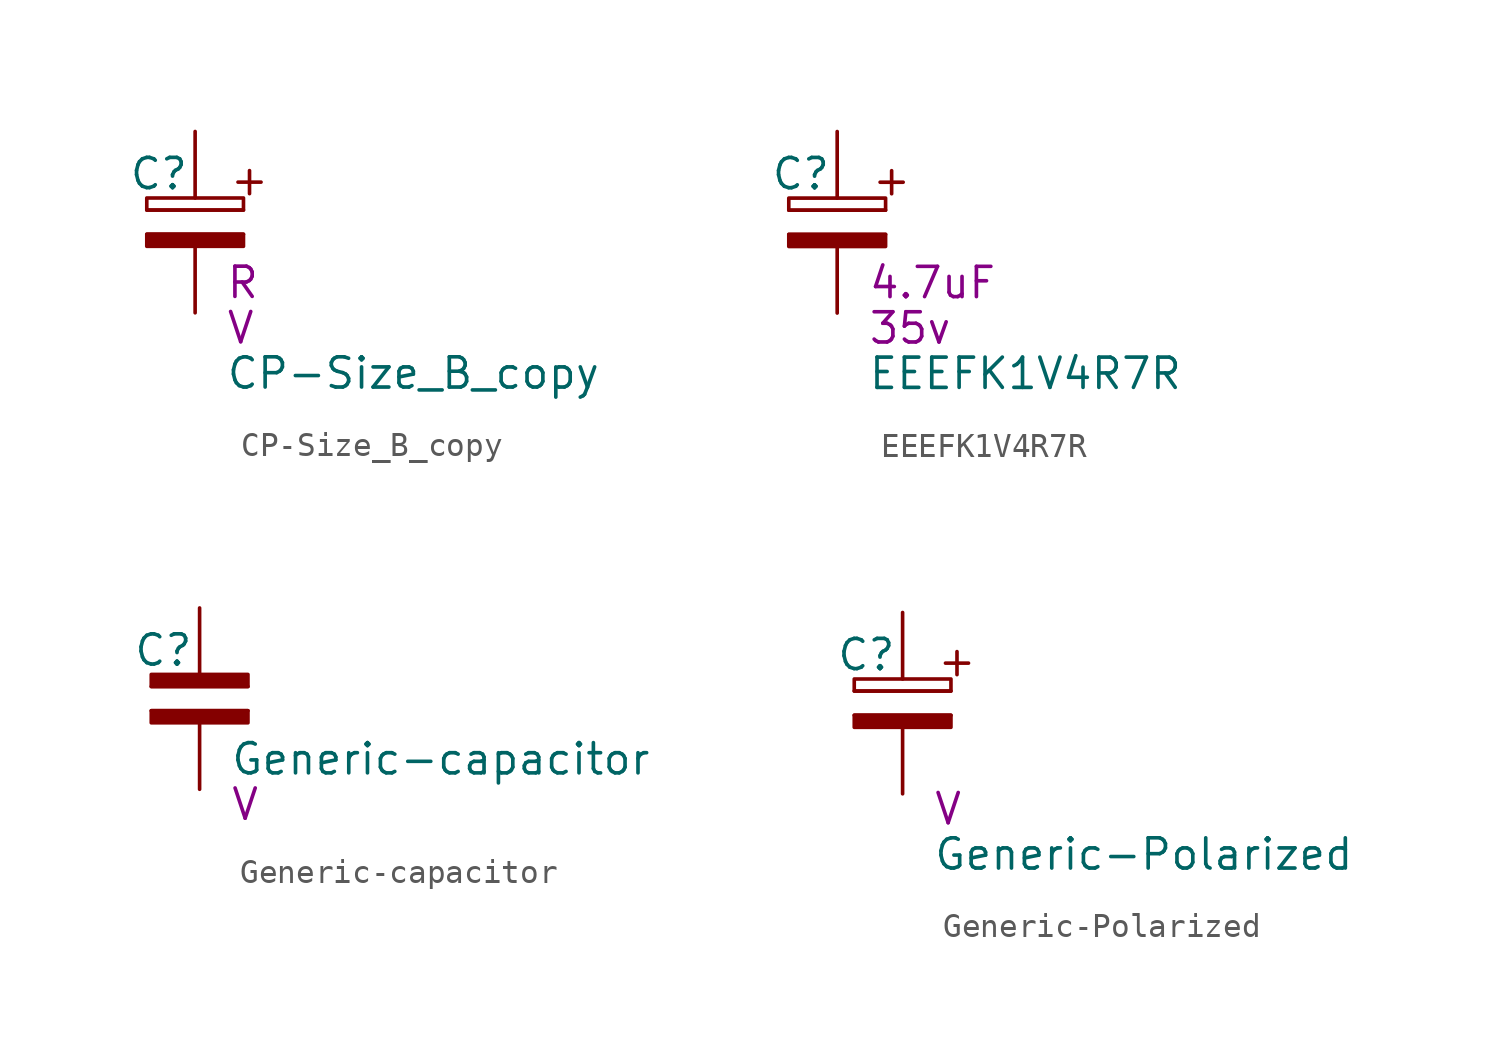
<source format=kicad_sym>
(kicad_symbol_lib
  (version 20211014)
  (generator kicad_symbol_editor)
  (symbol "CP-Size_B_copy"
    (pin_numbers hide)
    (pin_names
      (offset 0) hide)
    (property "Reference" "C"
      (at -1.524 2.032 0)
      (effects (font (size 1.27 1.27))))
    (property "Value" "CP-Size_B_copy"
      (at 1.27 -6.35 0)
      (effects (font (size 1.27 1.27)) (justify left)))
    (property "Voltage" "V"
      (at 1.27 -4.445 0)
      (effects (font (size 1.27 1.27)) (justify left)))
    (property "Rating" "R"
      (at 1.27 -2.54 0)
      (effects (font (size 1.27 1.27)) (justify left)))
    (symbol "CP-Size_B_copy_0_0"
      (text "+" (at 2.286 1.778 0) (effects (font (size 1.27 1.27)))))
    (symbol "CP-Size_B_copy_0_1"
      (polyline (pts (xy 2.032 -0.508) (xy -2.032 -0.508)) (stroke (width 0) (type default) (color 0 0 0 0)) (fill (type none)))
      (polyline (pts (xy 2.032 0.508) (xy -2.032 0.508)) (stroke (width 0) (type default) (color 0 0 0 0)) (fill (type none)))
      (rectangle (start 2.032 -0.508) (end -2.032 -1.016) (stroke (width 0) (type default) (color 0 0 0 0)) (fill (type outline)))
      (rectangle (start 2.032 0.508) (end -2.032 1.016) (stroke (width 0) (type default) (color 0 0 0 0)) (fill (type none))))
    (symbol "CP-Size_B_copy_1_1"
      (pin passive line (at 0 3.81 270) (length 2.794) (name "~" (effects (font (size 1.27 1.27)))) (number "A" (effects (font (size 1.27 1.27)))))
      (pin passive line (at 0 -3.81 90) (length 2.794) (name "~" (effects (font (size 1.27 1.27)))) (number "C" (effects (font (size 1.27 1.27)))))))
  (symbol "EEEFK1V4R7R"
    (pin_numbers hide)
    (pin_names
      (offset 0) hide)
    (property "Reference" "C"
      (at -1.524 2.032 0)
      (effects (font (size 1.27 1.27))))
    (property "Value" "EEEFK1V4R7R"
      (at 1.27 -6.35 0)
      (effects (font (size 1.27 1.27)) (justify left)))
    (property "Voltage" "35v"
      (at 1.27 -4.445 0)
      (effects (font (size 1.27 1.27)) (justify left)))
    (property "Rating" "4.7uF"
      (at 1.27 -2.54 0)
      (effects (font (size 1.27 1.27)) (justify left)))
    (symbol "EEEFK1V4R7R_0_0"
      (text "+" (at 2.286 1.778 0) (effects (font (size 1.27 1.27)))))
    (symbol "EEEFK1V4R7R_0_1"
      (polyline (pts (xy 2.032 -0.508) (xy -2.032 -0.508)) (stroke (width 0) (type default) (color 0 0 0 0)) (fill (type none)))
      (polyline (pts (xy 2.032 0.508) (xy -2.032 0.508)) (stroke (width 0) (type default) (color 0 0 0 0)) (fill (type none)))
      (rectangle (start 2.032 -0.508) (end -2.032 -1.016) (stroke (width 0) (type default) (color 0 0 0 0)) (fill (type outline)))
      (rectangle (start 2.032 0.508) (end -2.032 1.016) (stroke (width 0) (type default) (color 0 0 0 0)) (fill (type none))))
    (symbol "EEEFK1V4R7R_1_1"
      (pin passive line (at 0 3.81 270) (length 2.794) (name "~" (effects (font (size 1.27 1.27)))) (number "A" (effects (font (size 1.27 1.27)))))
      (pin passive line (at 0 -3.81 90) (length 2.794) (name "~" (effects (font (size 1.27 1.27)))) (number "C" (effects (font (size 1.27 1.27)))))))
  (symbol "Generic-capacitor"
    (pin_numbers hide)
    (pin_names
      (offset 0) hide)
    (property "Reference" "C"
      (at -1.524 2.032 0)
      (effects (font (size 1.27 1.27))))
    (property "Value" "Generic-capacitor"
      (at 1.27 -2.54 0)
      (effects (font (size 1.27 1.27)) (justify left)))
    (property "Voltage" "V"
      (at 1.27 -4.445 0)
      (effects (font (size 1.27 1.27)) (justify left)))
    (symbol "Generic-capacitor_0_1"
      (polyline (pts (xy 2.032 -0.508) (xy -2.032 -0.508)) (stroke (width 0) (type default) (color 0 0 0 0)) (fill (type none)))
      (polyline (pts (xy 2.032 0.508) (xy -2.032 0.508)) (stroke (width 0) (type default) (color 0 0 0 0)) (fill (type none)))
      (rectangle (start 2.032 -0.508) (end -2.032 -1.016) (stroke (width 0) (type default) (color 0 0 0 0)) (fill (type outline)))
      (rectangle (start 2.032 0.508) (end -2.032 1.016) (stroke (width 0) (type default) (color 0 0 0 0)) (fill (type outline))))
    (symbol "Generic-capacitor_1_1"
      (pin passive line (at 0 3.81 270) (length 2.794) (name "~" (effects (font (size 1.27 1.27)))) (number "A" (effects (font (size 1.27 1.27)))))
      (pin passive line (at 0 -3.81 90) (length 2.794) (name "~" (effects (font (size 1.27 1.27)))) (number "C" (effects (font (size 1.27 1.27)))))))
  (symbol "Generic-Polarized"
    (pin_numbers hide)
    (pin_names
      (offset 0) hide)
    (property "Reference" "C"
      (at -1.524 2.032 0)
      (effects (font (size 1.27 1.27))))
    (property "Value" "Generic-Polarized"
      (at 1.27 -6.35 0)
      (effects (font (size 1.27 1.27)) (justify left)))
    (property "Voltage" "V"
      (at 1.27 -4.445 0)
      (effects (font (size 1.27 1.27)) (justify left)))
    (symbol "Generic-Polarized_0_0"
      (text "+" (at 2.286 1.778 0) (effects (font (size 1.27 1.27)))))
    (symbol "Generic-Polarized_0_1"
      (polyline (pts (xy 2.032 -0.508) (xy -2.032 -0.508)) (stroke (width 0) (type default) (color 0 0 0 0)) (fill (type none)))
      (polyline (pts (xy 2.032 0.508) (xy -2.032 0.508)) (stroke (width 0) (type default) (color 0 0 0 0)) (fill (type none)))
      (rectangle (start 2.032 -0.508) (end -2.032 -1.016) (stroke (width 0) (type default) (color 0 0 0 0)) (fill (type outline)))
      (rectangle (start 2.032 0.508) (end -2.032 1.016) (stroke (width 0) (type default) (color 0 0 0 0)) (fill (type none))))
    (symbol "Generic-Polarized_1_1"
      (pin passive line (at 0 3.81 270) (length 2.794) (name "~" (effects (font (size 1.27 1.27)))) (number "A" (effects (font (size 1.27 1.27)))))
      (pin passive line (at 0 -3.81 90) (length 2.794) (name "~" (effects (font (size 1.27 1.27)))) (number "C" (effects (font (size 1.27 1.27))))))))
</source>
